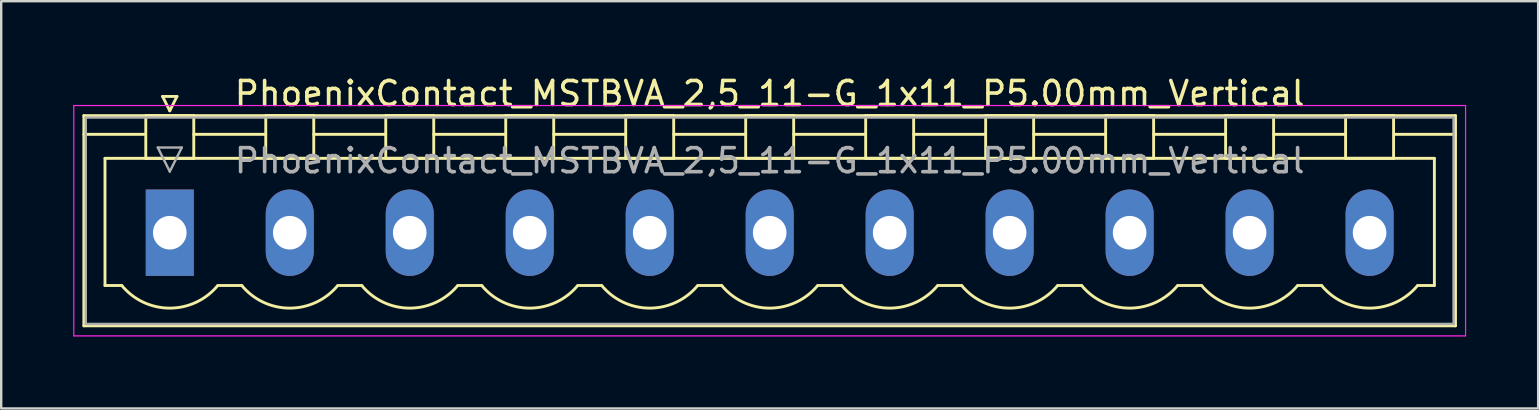
<source format=kicad_pcb>
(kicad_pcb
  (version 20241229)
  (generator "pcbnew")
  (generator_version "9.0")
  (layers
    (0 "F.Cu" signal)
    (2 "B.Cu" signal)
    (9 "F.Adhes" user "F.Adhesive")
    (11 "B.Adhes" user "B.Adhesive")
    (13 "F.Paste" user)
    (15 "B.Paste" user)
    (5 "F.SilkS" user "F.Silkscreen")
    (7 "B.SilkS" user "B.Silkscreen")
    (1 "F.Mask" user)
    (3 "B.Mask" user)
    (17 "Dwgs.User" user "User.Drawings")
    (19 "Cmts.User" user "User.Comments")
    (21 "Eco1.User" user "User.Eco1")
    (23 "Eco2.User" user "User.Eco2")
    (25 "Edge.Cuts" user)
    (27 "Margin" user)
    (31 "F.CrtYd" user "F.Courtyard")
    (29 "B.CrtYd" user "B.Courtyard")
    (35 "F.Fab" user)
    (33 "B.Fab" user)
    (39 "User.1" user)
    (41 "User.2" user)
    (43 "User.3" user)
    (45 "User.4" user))
  (footprint "PhoenixContact_MSTBVA_2,5_11-G_1x11_P5.00mm_Vertical"
    (layer "F.Cu")
    (at 4.025 6.648)
    (property "Reference" "PhoenixContact_MSTBVA_2,5_11-G_1x11_P5.00mm_Vertical" (at 25 -5.8 0) (layer "F.SilkS") (effects (font (size 1 1) (thickness 0.15))))
    (attr through_hole)
    (fp_line (start -3.58 -4.88) (end -3.58 3.88) (stroke (width 0.12) (type solid)) (layer "F.SilkS"))
    (fp_line (start -3.58 -4.1) (end -1.08 -4.1) (stroke (width 0.12) (type solid)) (layer "F.SilkS"))
    (fp_line (start -3.58 3.88) (end 53.58 3.88) (stroke (width 0.12) (type solid)) (layer "F.SilkS"))
    (fp_line (start -2.7 -3.1) (end 52.7 -3.1) (stroke (width 0.12) (type solid)) (layer "F.SilkS"))
    (fp_line (start -2.7 2.2) (end -2.7 -3.1) (stroke (width 0.12) (type solid)) (layer "F.SilkS"))
    (fp_line (start -2 2.2) (end -2.7 2.2) (stroke (width 0.12) (type solid)) (layer "F.SilkS"))
    (fp_line (start -1 -4.88) (end 1 -4.88) (stroke (width 0.12) (type solid)) (layer "F.SilkS"))
    (fp_line (start -1 -3.1) (end -1 -4.88) (stroke (width 0.12) (type solid)) (layer "F.SilkS"))
    (fp_line (start -0.3 -5.68) (end 0.3 -5.68) (stroke (width 0.12) (type solid)) (layer "F.SilkS"))
    (fp_line (start 0 -5.08) (end -0.3 -5.68) (stroke (width 0.12) (type solid)) (layer "F.SilkS"))
    (fp_line (start 0.3 -5.68) (end 0 -5.08) (stroke (width 0.12) (type solid)) (layer "F.SilkS"))
    (fp_line (start 1 -4.88) (end 1 -3.1) (stroke (width 0.12) (type solid)) (layer "F.SilkS"))
    (fp_line (start 1 -4.1) (end 4 -4.1) (stroke (width 0.12) (type solid)) (layer "F.SilkS"))
    (fp_line (start 1 -3.1) (end -1 -3.1) (stroke (width 0.12) (type solid)) (layer "F.SilkS"))
    (fp_line (start 2 2.2) (end 3 2.2) (stroke (width 0.12) (type solid)) (layer "F.SilkS"))
    (fp_line (start 4 -4.88) (end 6 -4.88) (stroke (width 0.12) (type solid)) (layer "F.SilkS"))
    (fp_line (start 4 -3.1) (end 4 -4.88) (stroke (width 0.12) (type solid)) (layer "F.SilkS"))
    (fp_line (start 6 -4.88) (end 6 -3.1) (stroke (width 0.12) (type solid)) (layer "F.SilkS"))
    (fp_line (start 6 -4.1) (end 9 -4.1) (stroke (width 0.12) (type solid)) (layer "F.SilkS"))
    (fp_line (start 6 -3.1) (end 4 -3.1) (stroke (width 0.12) (type solid)) (layer "F.SilkS"))
    (fp_line (start 7 2.2) (end 8 2.2) (stroke (width 0.12) (type solid)) (layer "F.SilkS"))
    (fp_line (start 9 -4.88) (end 11 -4.88) (stroke (width 0.12) (type solid)) (layer "F.SilkS"))
    (fp_line (start 9 -3.1) (end 9 -4.88) (stroke (width 0.12) (type solid)) (layer "F.SilkS"))
    (fp_line (start 11 -4.88) (end 11 -3.1) (stroke (width 0.12) (type solid)) (layer "F.SilkS"))
    (fp_line (start 11 -4.1) (end 14 -4.1) (stroke (width 0.12) (type solid)) (layer "F.SilkS"))
    (fp_line (start 11 -3.1) (end 9 -3.1) (stroke (width 0.12) (type solid)) (layer "F.SilkS"))
    (fp_line (start 12 2.2) (end 13 2.2) (stroke (width 0.12) (type solid)) (layer "F.SilkS"))
    (fp_line (start 14 -4.88) (end 16 -4.88) (stroke (width 0.12) (type solid)) (layer "F.SilkS"))
    (fp_line (start 14 -3.1) (end 14 -4.88) (stroke (width 0.12) (type solid)) (layer "F.SilkS"))
    (fp_line (start 16 -4.88) (end 16 -3.1) (stroke (width 0.12) (type solid)) (layer "F.SilkS"))
    (fp_line (start 16 -4.1) (end 19 -4.1) (stroke (width 0.12) (type solid)) (layer "F.SilkS"))
    (fp_line (start 16 -3.1) (end 14 -3.1) (stroke (width 0.12) (type solid)) (layer "F.SilkS"))
    (fp_line (start 17 2.2) (end 18 2.2) (stroke (width 0.12) (type solid)) (layer "F.SilkS"))
    (fp_line (start 19 -4.88) (end 21 -4.88) (stroke (width 0.12) (type solid)) (layer "F.SilkS"))
    (fp_line (start 19 -3.1) (end 19 -4.88) (stroke (width 0.12) (type solid)) (layer "F.SilkS"))
    (fp_line (start 21 -4.88) (end 21 -3.1) (stroke (width 0.12) (type solid)) (layer "F.SilkS"))
    (fp_line (start 21 -4.1) (end 24 -4.1) (stroke (width 0.12) (type solid)) (layer "F.SilkS"))
    (fp_line (start 21 -3.1) (end 19 -3.1) (stroke (width 0.12) (type solid)) (layer "F.SilkS"))
    (fp_line (start 22 2.2) (end 23 2.2) (stroke (width 0.12) (type solid)) (layer "F.SilkS"))
    (fp_line (start 24 -4.88) (end 26 -4.88) (stroke (width 0.12) (type solid)) (layer "F.SilkS"))
    (fp_line (start 24 -3.1) (end 24 -4.88) (stroke (width 0.12) (type solid)) (layer "F.SilkS"))
    (fp_line (start 26 -4.88) (end 26 -3.1) (stroke (width 0.12) (type solid)) (layer "F.SilkS"))
    (fp_line (start 26 -4.1) (end 29 -4.1) (stroke (width 0.12) (type solid)) (layer "F.SilkS"))
    (fp_line (start 26 -3.1) (end 24 -3.1) (stroke (width 0.12) (type solid)) (layer "F.SilkS"))
    (fp_line (start 27 2.2) (end 28 2.2) (stroke (width 0.12) (type solid)) (layer "F.SilkS"))
    (fp_line (start 29 -4.88) (end 31 -4.88) (stroke (width 0.12) (type solid)) (layer "F.SilkS"))
    (fp_line (start 29 -3.1) (end 29 -4.88) (stroke (width 0.12) (type solid)) (layer "F.SilkS"))
    (fp_line (start 31 -4.88) (end 31 -3.1) (stroke (width 0.12) (type solid)) (layer "F.SilkS"))
    (fp_line (start 31 -4.1) (end 34 -4.1) (stroke (width 0.12) (type solid)) (layer "F.SilkS"))
    (fp_line (start 31 -3.1) (end 29 -3.1) (stroke (width 0.12) (type solid)) (layer "F.SilkS"))
    (fp_line (start 32 2.2) (end 33 2.2) (stroke (width 0.12) (type solid)) (layer "F.SilkS"))
    (fp_line (start 34 -4.88) (end 36 -4.88) (stroke (width 0.12) (type solid)) (layer "F.SilkS"))
    (fp_line (start 34 -3.1) (end 34 -4.88) (stroke (width 0.12) (type solid)) (layer "F.SilkS"))
    (fp_line (start 36 -4.88) (end 36 -3.1) (stroke (width 0.12) (type solid)) (layer "F.SilkS"))
    (fp_line (start 36 -4.1) (end 39 -4.1) (stroke (width 0.12) (type solid)) (layer "F.SilkS"))
    (fp_line (start 36 -3.1) (end 34 -3.1) (stroke (width 0.12) (type solid)) (layer "F.SilkS"))
    (fp_line (start 37 2.2) (end 38 2.2) (stroke (width 0.12) (type solid)) (layer "F.SilkS"))
    (fp_line (start 39 -4.88) (end 41 -4.88) (stroke (width 0.12) (type solid)) (layer "F.SilkS"))
    (fp_line (start 39 -3.1) (end 39 -4.88) (stroke (width 0.12) (type solid)) (layer "F.SilkS"))
    (fp_line (start 41 -4.88) (end 41 -3.1) (stroke (width 0.12) (type solid)) (layer "F.SilkS"))
    (fp_line (start 41 -4.1) (end 44 -4.1) (stroke (width 0.12) (type solid)) (layer "F.SilkS"))
    (fp_line (start 41 -3.1) (end 39 -3.1) (stroke (width 0.12) (type solid)) (layer "F.SilkS"))
    (fp_line (start 42 2.2) (end 43 2.2) (stroke (width 0.12) (type solid)) (layer "F.SilkS"))
    (fp_line (start 44 -4.88) (end 46 -4.88) (stroke (width 0.12) (type solid)) (layer "F.SilkS"))
    (fp_line (start 44 -3.1) (end 44 -4.88) (stroke (width 0.12) (type solid)) (layer "F.SilkS"))
    (fp_line (start 46 -4.88) (end 46 -3.1) (stroke (width 0.12) (type solid)) (layer "F.SilkS"))
    (fp_line (start 46 -4.1) (end 49 -4.1) (stroke (width 0.12) (type solid)) (layer "F.SilkS"))
    (fp_line (start 46 -3.1) (end 44 -3.1) (stroke (width 0.12) (type solid)) (layer "F.SilkS"))
    (fp_line (start 47 2.2) (end 48 2.2) (stroke (width 0.12) (type solid)) (layer "F.SilkS"))
    (fp_line (start 49 -4.88) (end 51 -4.88) (stroke (width 0.12) (type solid)) (layer "F.SilkS"))
    (fp_line (start 49 -3.1) (end 49 -4.88) (stroke (width 0.12) (type solid)) (layer "F.SilkS"))
    (fp_line (start 51 -4.88) (end 51 -3.1) (stroke (width 0.12) (type solid)) (layer "F.SilkS"))
    (fp_line (start 51 -3.1) (end 49 -3.1) (stroke (width 0.12) (type solid)) (layer "F.SilkS"))
    (fp_line (start 52.7 -3.1) (end 52.7 2.2) (stroke (width 0.12) (type solid)) (layer "F.SilkS"))
    (fp_line (start 52.7 2.2) (end 52 2.2) (stroke (width 0.12) (type solid)) (layer "F.SilkS"))
    (fp_line (start 53.58 -4.88) (end -3.58 -4.88) (stroke (width 0.12) (type solid)) (layer "F.SilkS"))
    (fp_line (start 53.58 -4.1) (end 51.08 -4.1) (stroke (width 0.12) (type solid)) (layer "F.SilkS"))
    (fp_line (start 53.58 3.88) (end 53.58 -4.88) (stroke (width 0.12) (type solid)) (layer "F.SilkS"))
    (fp_arc (start 1.986842 2.215821) (mid -0.010289 3.142758) (end -2 2.2) (stroke (width 0.12) (type solid)) (layer "F.SilkS"))
    (fp_arc (start 6.986842 2.215821) (mid 4.989711 3.142758) (end 3 2.2) (stroke (width 0.12) (type solid)) (layer "F.SilkS"))
    (fp_arc (start 11.986842 2.215821) (mid 9.989711 3.142758) (end 8 2.2) (stroke (width 0.12) (type solid)) (layer "F.SilkS"))
    (fp_arc (start 16.986842 2.215821) (mid 14.989711 3.142758) (end 13 2.2) (stroke (width 0.12) (type solid)) (layer "F.SilkS"))
    (fp_arc (start 21.986842 2.215821) (mid 19.989711 3.142758) (end 18 2.2) (stroke (width 0.12) (type solid)) (layer "F.SilkS"))
    (fp_arc (start 26.986842 2.215821) (mid 24.989711 3.142758) (end 23 2.2) (stroke (width 0.12) (type solid)) (layer "F.SilkS"))
    (fp_arc (start 31.986842 2.215821) (mid 29.989711 3.142758) (end 28 2.2) (stroke (width 0.12) (type solid)) (layer "F.SilkS"))
    (fp_arc (start 36.986842 2.215821) (mid 34.989711 3.142758) (end 33 2.2) (stroke (width 0.12) (type solid)) (layer "F.SilkS"))
    (fp_arc (start 41.986842 2.215821) (mid 39.989711 3.142758) (end 38 2.2) (stroke (width 0.12) (type solid)) (layer "F.SilkS"))
    (fp_arc (start 46.986842 2.215821) (mid 44.989711 3.142758) (end 43 2.2) (stroke (width 0.12) (type solid)) (layer "F.SilkS"))
    (fp_arc (start 51.986842 2.215821) (mid 49.989711 3.142758) (end 48 2.2) (stroke (width 0.12) (type solid)) (layer "F.SilkS"))
    (fp_line (start -4 -5.3) (end -4 4.3) (stroke (width 0.05) (type solid)) (layer "F.CrtYd"))
    (fp_line (start -4 4.3) (end 54 4.3) (stroke (width 0.05) (type solid)) (layer "F.CrtYd"))
    (fp_line (start 54 -5.3) (end -4 -5.3) (stroke (width 0.05) (type solid)) (layer "F.CrtYd"))
    (fp_line (start 54 4.3) (end 54 -5.3) (stroke (width 0.05) (type solid)) (layer "F.CrtYd"))
    (fp_line (start -3.5 -4.8) (end -3.5 3.8) (stroke (width 0.1) (type solid)) (layer "F.Fab"))
    (fp_line (start -3.5 3.8) (end 53.5 3.8) (stroke (width 0.1) (type solid)) (layer "F.Fab"))
    (fp_line (start -0.5 -3.55) (end 0.5 -3.55) (stroke (width 0.1) (type solid)) (layer "F.Fab"))
    (fp_line (start 0 -2.55) (end -0.5 -3.55) (stroke (width 0.1) (type solid)) (layer "F.Fab"))
    (fp_line (start 0.5 -3.55) (end 0 -2.55) (stroke (width 0.1) (type solid)) (layer "F.Fab"))
    (fp_line (start 53.5 -4.8) (end -3.5 -4.8) (stroke (width 0.1) (type solid)) (layer "F.Fab"))
    (fp_line (start 53.5 3.8) (end 53.5 -4.8) (stroke (width 0.1) (type solid)) (layer "F.Fab"))
    (fp_text user "${REFERENCE}" (at 25 -3 0) (layer "F.Fab") (effects (font (size 1 1) (thickness 0.15))))
    (pad "1" thru_hole rect (at 0 0) (size 2 3.6) (drill 1.4) (layers "*.Cu" "*.Mask"))
    (pad "2" thru_hole oval (at 5 0) (size 2 3.6) (drill 1.4) (layers "*.Cu" "*.Mask"))
    (pad "3" thru_hole oval (at 10 0) (size 2 3.6) (drill 1.4) (layers "*.Cu" "*.Mask"))
    (pad "4" thru_hole oval (at 15 0) (size 2 3.6) (drill 1.4) (layers "*.Cu" "*.Mask"))
    (pad "5" thru_hole oval (at 20 0) (size 2 3.6) (drill 1.4) (layers "*.Cu" "*.Mask"))
    (pad "6" thru_hole oval (at 25 0) (size 2 3.6) (drill 1.4) (layers "*.Cu" "*.Mask"))
    (pad "7" thru_hole oval (at 30 0) (size 2 3.6) (drill 1.4) (layers "*.Cu" "*.Mask"))
    (pad "8" thru_hole oval (at 35 0) (size 2 3.6) (drill 1.4) (layers "*.Cu" "*.Mask"))
    (pad "9" thru_hole oval (at 40 0) (size 2 3.6) (drill 1.4) (layers "*.Cu" "*.Mask"))
    (pad "10" thru_hole oval (at 45 0) (size 2 3.6) (drill 1.4) (layers "*.Cu" "*.Mask"))
    (pad "11" thru_hole oval (at 50 0) (size 2 3.6) (drill 1.4) (layers "*.Cu" "*.Mask")))
  (gr_rect
    (start -3 -3)
    (end 61.05 13.973)
    (stroke (width 0.1) (type default))
    (fill no)
    (layer "Edge.Cuts")))
</source>
